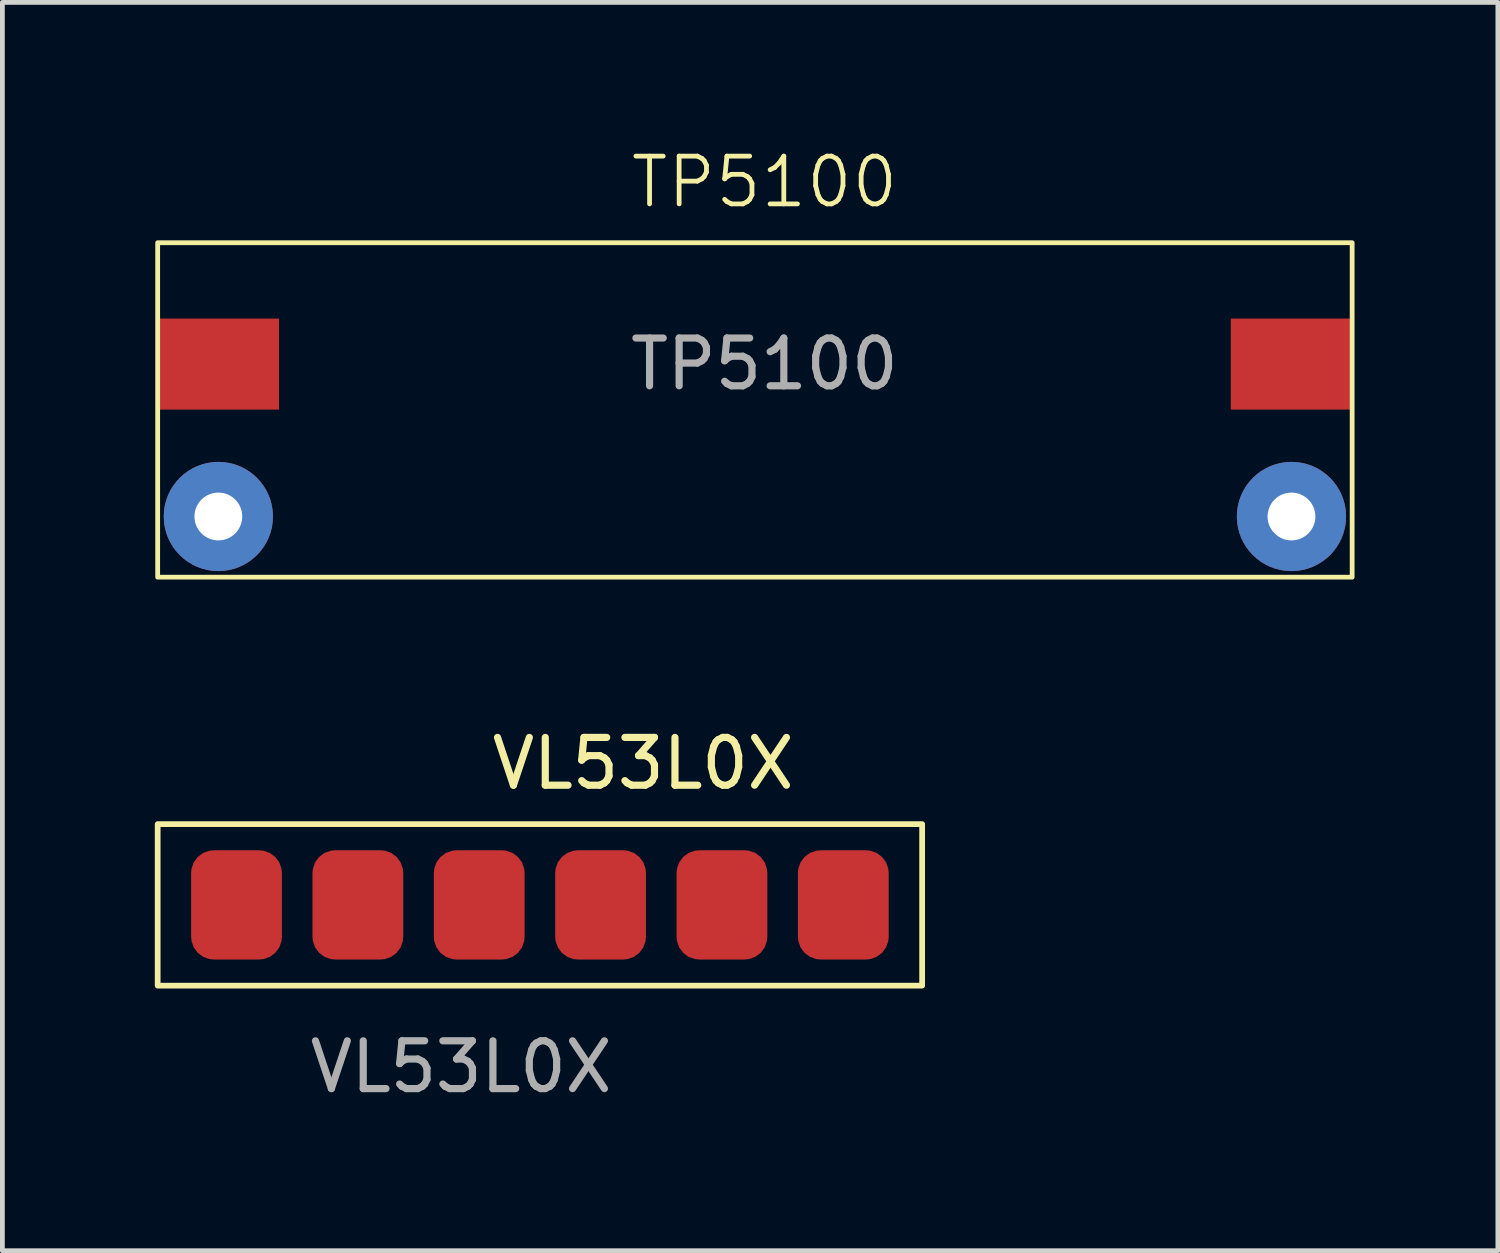
<source format=kicad_pcb>
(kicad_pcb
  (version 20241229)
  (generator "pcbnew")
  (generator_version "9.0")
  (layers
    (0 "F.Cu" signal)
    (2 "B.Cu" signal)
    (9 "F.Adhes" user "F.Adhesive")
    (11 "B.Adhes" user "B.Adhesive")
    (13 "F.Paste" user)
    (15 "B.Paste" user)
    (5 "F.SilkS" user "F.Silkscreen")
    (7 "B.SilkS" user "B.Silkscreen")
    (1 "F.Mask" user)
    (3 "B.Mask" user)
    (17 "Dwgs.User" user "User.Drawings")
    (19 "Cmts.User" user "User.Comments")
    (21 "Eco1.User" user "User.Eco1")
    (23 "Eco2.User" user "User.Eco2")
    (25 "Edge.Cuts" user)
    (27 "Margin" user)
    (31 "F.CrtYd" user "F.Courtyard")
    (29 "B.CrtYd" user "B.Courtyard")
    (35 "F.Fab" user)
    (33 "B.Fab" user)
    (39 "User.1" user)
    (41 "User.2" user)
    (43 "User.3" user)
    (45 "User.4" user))
  (footprint "VL53L0X"
    (layer "F.Cu")
    (at 0.25 14.199)
    (property "Reference" "VL53L0X" (at 10.16 -1.27 0) (unlocked yes) (layer "F.SilkS") (effects (font (size 1 1) (thickness 0.15))))
    (attr smd)
    (fp_rect (start 0 0) (end 16 3.38) (stroke (width 0.12) (type default)) (fill no) (layer "F.SilkS"))
    (fp_text user "${REFERENCE}" (at 6.35 5.08 0) (unlocked yes) (layer "F.Fab") (effects (font (size 1 1) (thickness 0.15))))
    (pad "1" smd roundrect (at 1.65 1.69 90) (size 2.286 1.9) (layers "F.Cu" "F.Mask" "F.Paste") (roundrect_rratio 0.25))
    (pad "2" smd roundrect (at 4.19 1.69 90) (size 2.286 1.9) (layers "F.Cu" "F.Mask" "F.Paste") (roundrect_rratio 0.25))
    (pad "3" smd roundrect (at 6.73 1.69 90) (size 2.286 1.9) (layers "F.Cu" "F.Mask" "F.Paste") (roundrect_rratio 0.25))
    (pad "4" smd roundrect (at 9.27 1.69 90) (size 2.286 1.9) (layers "F.Cu" "F.Mask" "F.Paste") (roundrect_rratio 0.25))
    (pad "5" smd roundrect (at 11.81 1.69 90) (size 2.286 1.9) (layers "F.Cu" "F.Mask" "F.Paste") (roundrect_rratio 0.25))
    (pad "6" smd roundrect (at 14.35 1.69 90) (size 2.286 1.9) (layers "F.Cu" "F.Mask" "F.Paste") (roundrect_rratio 0.25)))
  (footprint "TP5100"
    (layer "F.Cu")
    (at 0.25 2.03)
    (property "Reference" "TP5100" (at 12.7 -1.27 0) (unlocked yes) (layer "F.SilkS") (effects (font (size 1 1) (thickness 0.1))))
    (attr through_hole)
    (fp_rect (start 0 0) (end 25 7) (stroke (width 0.1) (type default)) (fill no) (layer "F.SilkS"))
    (fp_text user "${REFERENCE}" (at 12.7 2.54 0) (unlocked yes) (layer "F.Fab") (effects (font (size 1 1) (thickness 0.15))))
    (pad "1" smd rect (at 1.27 2.54) (size 2.54 1.905) (layers "F.Cu" "F.Mask" "F.Paste"))
    (pad "2" smd rect (at 23.73 2.54) (size 2.54 1.905) (layers "F.Cu" "F.Mask" "F.Paste"))
    (pad "3" thru_hole circle (at 1.27 5.73) (size 2.286 2.286) (drill 1) (layers "*.Cu" "*.Mask"))
    (pad "4" thru_hole circle (at 23.73 5.73) (size 2.286 2.286) (drill 1) (layers "*.Cu" "*.Mask")))
  (gr_rect
    (start -3 -3)
    (end 28.3 23.127)
    (stroke (width 0.1) (type default))
    (fill no)
    (layer "Edge.Cuts")))
</source>
